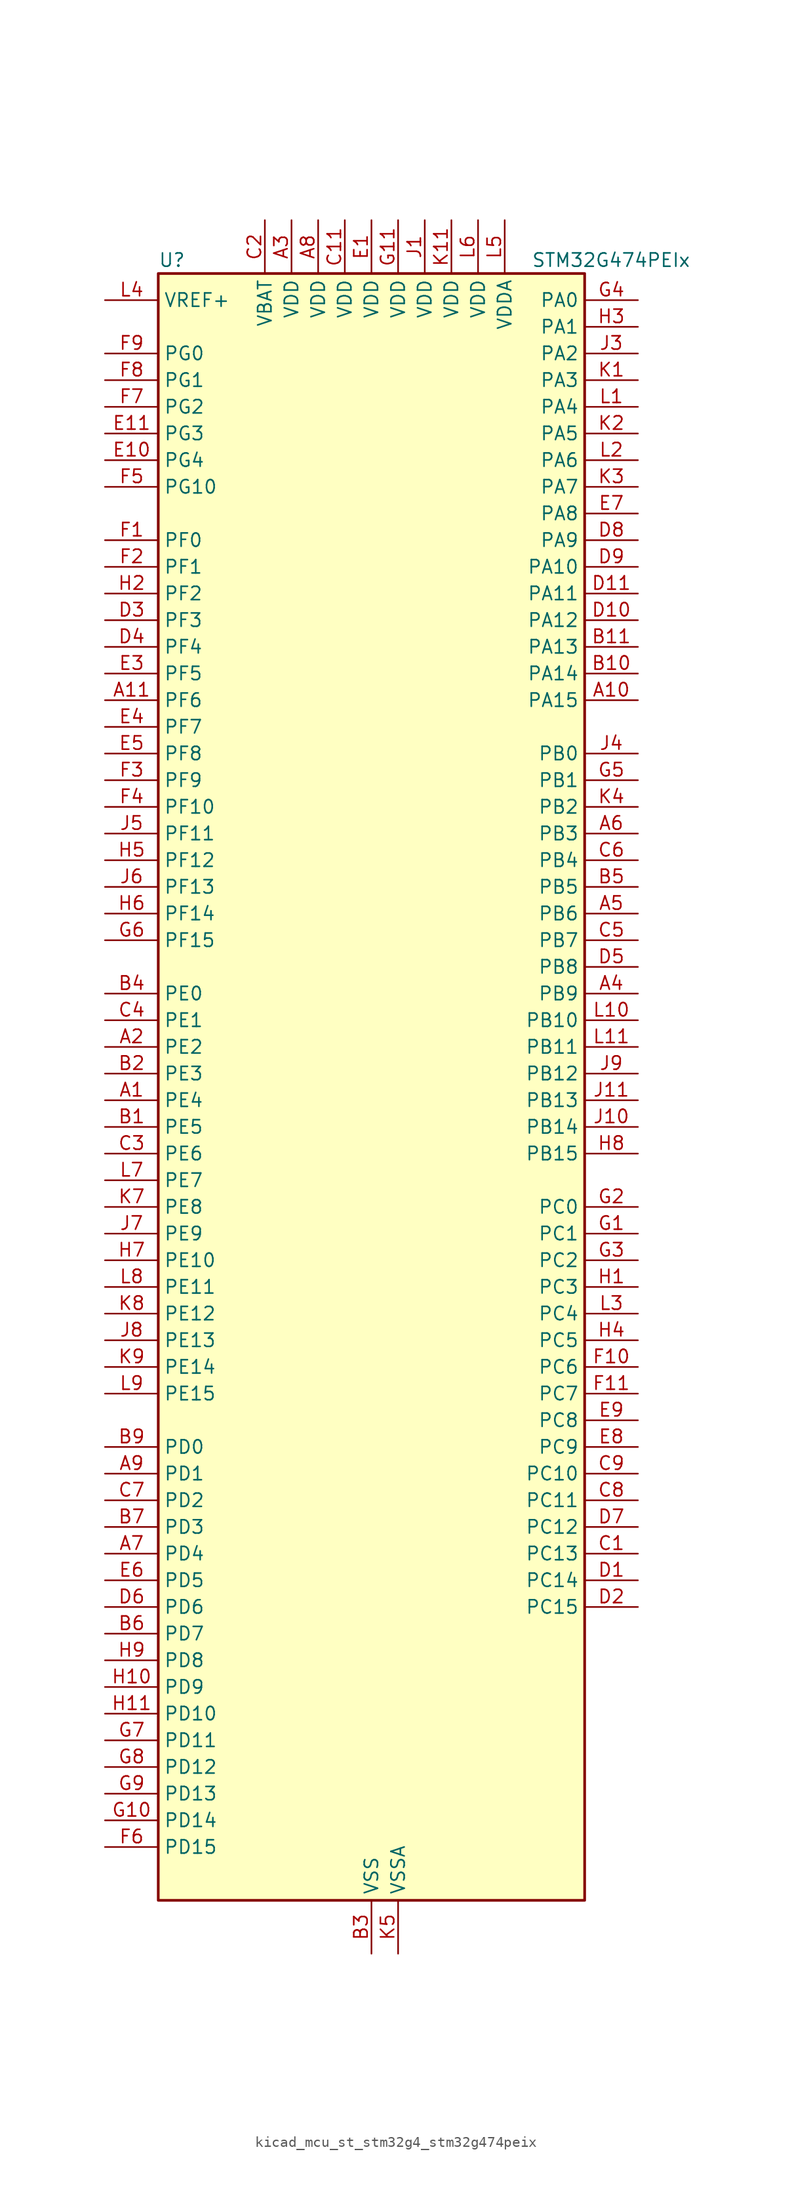
<source format=kicad_sym>
(kicad_symbol_lib
  (version 20220914)
  (generator kicad_symbol_editor)
  (symbol "kicad_mcu_st_stm32g4_stm32g474peix"
    (property "Reference" "U"
      (at -20.32 80.01 0)
      (effects (font (size 1.27 1.27)) (justify left)))
    (property "Value" "STM32G474PEIx"
      (at 15.24 80.01 0)
      (effects (font (size 1.27 1.27)) (justify left)))
    (property "ki_locked" ""
      (at 0 0 0)
      (effects (font (size 1.27 1.27))))
    (symbol "kicad_mcu_st_stm32g4_stm32g474peix_0_1"
      (rectangle (start -20.32 -76.2) (end 20.32 78.74) (stroke (width 0.254) (type default)) (fill (type background))))
    (symbol "kicad_mcu_st_stm32g4_stm32g474peix_1_1"
      (pin bidirectional line (at -25.4 0 0) (length 5.08) (name "PE4" (effects (font (size 1.27 1.27)))) (number "A1" (effects (font (size 1.27 1.27)))) (alternate "FMC_A20" bidirectional line) (alternate "SAI1_D2" bidirectional line) (alternate "SAI1_FS_A" bidirectional line) (alternate "SPI4_NSS" bidirectional line) (alternate "SYS_TRACED1" bidirectional line) (alternate "TIM20_CH1N" bidirectional line) (alternate "TIM3_CH3" bidirectional line))
      (pin bidirectional line (at 25.4 38.1 180) (length 5.08) (name "PA15" (effects (font (size 1.27 1.27)))) (number "A10" (effects (font (size 1.27 1.27)))) (alternate "ADC1_EXTI15" bidirectional line) (alternate "ADC2_EXTI15" bidirectional line) (alternate "FDCAN3_TX" bidirectional line) (alternate "HRTIM1_FLT2" bidirectional line) (alternate "I2C1_SCL" bidirectional line) (alternate "I2S3_WS" bidirectional line) (alternate "SPI1_NSS" bidirectional line) (alternate "SPI3_NSS" bidirectional line) (alternate "SYS_JTDI" bidirectional line) (alternate "TIM1_BKIN" bidirectional line) (alternate "TIM2_CH1" bidirectional line) (alternate "TIM2_ETR" bidirectional line) (alternate "TIM8_CH1" bidirectional line) (alternate "UART4_DE" bidirectional line) (alternate "UART4_RTS" bidirectional line) (alternate "USART2_RX" bidirectional line))
      (pin bidirectional line (at -25.4 38.1 0) (length 5.08) (name "PF6" (effects (font (size 1.27 1.27)))) (number "A11" (effects (font (size 1.27 1.27)))) (alternate "I2C2_SCL" bidirectional line) (alternate "QUADSPI1_BK1_IO3" bidirectional line) (alternate "SAI1_SD_B" bidirectional line) (alternate "TIM4_CH4" bidirectional line) (alternate "TIM5_CH1" bidirectional line) (alternate "TIM5_ETR" bidirectional line) (alternate "USART3_RTS" bidirectional line))
      (pin bidirectional line (at -25.4 5.08 0) (length 5.08) (name "PE2" (effects (font (size 1.27 1.27)))) (number "A2" (effects (font (size 1.27 1.27)))) (alternate "ADC3_EXTI2" bidirectional line) (alternate "ADC4_EXTI2" bidirectional line) (alternate "ADC5_EXTI2" bidirectional line) (alternate "FMC_A23" bidirectional line) (alternate "SAI1_CK1" bidirectional line) (alternate "SAI1_MCLK_A" bidirectional line) (alternate "SPI4_SCK" bidirectional line) (alternate "SYS_TRACECLK" bidirectional line) (alternate "TIM20_CH1" bidirectional line) (alternate "TIM3_CH1" bidirectional line))
      (pin power_in line (at -7.62 83.82 270) (length 5.08) (name "VDD" (effects (font (size 1.27 1.27)))) (number "A3" (effects (font (size 1.27 1.27)))))
      (pin bidirectional line (at 25.4 10.16 180) (length 5.08) (name "PB9" (effects (font (size 1.27 1.27)))) (number "A4" (effects (font (size 1.27 1.27)))) (alternate "COMP2_OUT" bidirectional line) (alternate "DAC1_EXTI9" bidirectional line) (alternate "DAC2_EXTI9" bidirectional line) (alternate "DAC3_EXTI9" bidirectional line) (alternate "DAC4_EXTI9" bidirectional line) (alternate "FDCAN1_TX" bidirectional line) (alternate "HRTIM1_EEV5" bidirectional line) (alternate "I2C1_SDA" bidirectional line) (alternate "IR_OUT" bidirectional line) (alternate "SAI1_D2" bidirectional line) (alternate "SAI1_FS_A" bidirectional line) (alternate "TIM17_CH1" bidirectional line) (alternate "TIM1_CH3N" bidirectional line) (alternate "TIM4_CH4" bidirectional line) (alternate "TIM8_CH3" bidirectional line) (alternate "USART3_TX" bidirectional line))
      (pin bidirectional line (at 25.4 17.78 180) (length 5.08) (name "PB6" (effects (font (size 1.27 1.27)))) (number "A5" (effects (font (size 1.27 1.27)))) (alternate "COMP4_OUT" bidirectional line) (alternate "FDCAN2_TX" bidirectional line) (alternate "HRTIM1_EEV4" bidirectional line) (alternate "HRTIM1_SCIN" bidirectional line) (alternate "LPTIM1_ETR" bidirectional line) (alternate "SAI1_FS_B" bidirectional line) (alternate "TIM16_CH1N" bidirectional line) (alternate "TIM4_CH1" bidirectional line) (alternate "TIM8_BKIN2" bidirectional line) (alternate "TIM8_CH1" bidirectional line) (alternate "TIM8_ETR" bidirectional line) (alternate "UCPD1_CC1" bidirectional line) (alternate "USART1_TX" bidirectional line))
      (pin bidirectional line (at 25.4 25.4 180) (length 5.08) (name "PB3" (effects (font (size 1.27 1.27)))) (number "A6" (effects (font (size 1.27 1.27)))) (alternate "ADC3_EXTI3" bidirectional line) (alternate "ADC4_EXTI3" bidirectional line) (alternate "ADC5_EXTI3" bidirectional line) (alternate "CRS_SYNC" bidirectional line) (alternate "FDCAN3_RX" bidirectional line) (alternate "HRTIM1_EEV9" bidirectional line) (alternate "HRTIM1_SCOUT" bidirectional line) (alternate "I2S3_CK" bidirectional line) (alternate "SAI1_SCK_B" bidirectional line) (alternate "SPI1_SCK" bidirectional line) (alternate "SPI3_SCK" bidirectional line) (alternate "SYS_JTDO-SWO" bidirectional line) (alternate "TIM2_CH2" bidirectional line) (alternate "TIM3_ETR" bidirectional line) (alternate "TIM4_ETR" bidirectional line) (alternate "TIM8_CH1N" bidirectional line) (alternate "USART2_TX" bidirectional line))
      (pin bidirectional line (at -25.4 -43.18 0) (length 5.08) (name "PD4" (effects (font (size 1.27 1.27)))) (number "A7" (effects (font (size 1.27 1.27)))) (alternate "FMC_NOE" bidirectional line) (alternate "QUADSPI1_BK2_IO0" bidirectional line) (alternate "TIM2_CH2" bidirectional line) (alternate "USART2_DE" bidirectional line) (alternate "USART2_RTS" bidirectional line))
      (pin power_in line (at -5.08 83.82 270) (length 5.08) (name "VDD" (effects (font (size 1.27 1.27)))) (number "A8" (effects (font (size 1.27 1.27)))))
      (pin bidirectional line (at -25.4 -35.56 0) (length 5.08) (name "PD1" (effects (font (size 1.27 1.27)))) (number "A9" (effects (font (size 1.27 1.27)))) (alternate "FDCAN1_TX" bidirectional line) (alternate "FMC_D3" bidirectional line) (alternate "FMC_DA3" bidirectional line) (alternate "TIM8_BKIN2" bidirectional line) (alternate "TIM8_CH4" bidirectional line))
      (pin bidirectional line (at -25.4 -2.54 0) (length 5.08) (name "PE5" (effects (font (size 1.27 1.27)))) (number "B1" (effects (font (size 1.27 1.27)))) (alternate "FMC_A21" bidirectional line) (alternate "SAI1_CK2" bidirectional line) (alternate "SAI1_SCK_A" bidirectional line) (alternate "SPI4_MISO" bidirectional line) (alternate "SYS_TRACED2" bidirectional line) (alternate "TIM20_CH2N" bidirectional line) (alternate "TIM3_CH4" bidirectional line))
      (pin bidirectional line (at 25.4 40.64 180) (length 5.08) (name "PA14" (effects (font (size 1.27 1.27)))) (number "B10" (effects (font (size 1.27 1.27)))) (alternate "I2C1_SDA" bidirectional line) (alternate "I2C4_SMBA" bidirectional line) (alternate "LPTIM1_OUT" bidirectional line) (alternate "SAI1_FS_B" bidirectional line) (alternate "SYS_JTCK-SWCLK" bidirectional line) (alternate "TIM1_BKIN" bidirectional line) (alternate "TIM8_CH2" bidirectional line) (alternate "USART2_TX" bidirectional line))
      (pin bidirectional line (at 25.4 43.18 180) (length 5.08) (name "PA13" (effects (font (size 1.27 1.27)))) (number "B11" (effects (font (size 1.27 1.27)))) (alternate "I2C1_SCL" bidirectional line) (alternate "I2C4_SCL" bidirectional line) (alternate "IR_OUT" bidirectional line) (alternate "SAI1_SD_B" bidirectional line) (alternate "SYS_JTMS-SWDIO" bidirectional line) (alternate "TIM16_CH1N" bidirectional line) (alternate "TIM4_CH3" bidirectional line) (alternate "USART3_CTS" bidirectional line) (alternate "USART3_NSS" bidirectional line))
      (pin bidirectional line (at -25.4 2.54 0) (length 5.08) (name "PE3" (effects (font (size 1.27 1.27)))) (number "B2" (effects (font (size 1.27 1.27)))) (alternate "ADC3_EXTI3" bidirectional line) (alternate "ADC4_EXTI3" bidirectional line) (alternate "ADC5_EXTI3" bidirectional line) (alternate "FMC_A19" bidirectional line) (alternate "SAI1_SD_B" bidirectional line) (alternate "SPI4_NSS" bidirectional line) (alternate "SYS_TRACED0" bidirectional line) (alternate "TIM20_CH2" bidirectional line) (alternate "TIM3_CH2" bidirectional line))
      (pin power_in line (at 0 -81.28 90) (length 5.08) (name "VSS" (effects (font (size 1.27 1.27)))) (number "B3" (effects (font (size 1.27 1.27)))))
      (pin bidirectional line (at -25.4 10.16 0) (length 5.08) (name "PE0" (effects (font (size 1.27 1.27)))) (number "B4" (effects (font (size 1.27 1.27)))) (alternate "FMC_NBL0" bidirectional line) (alternate "TIM16_CH1" bidirectional line) (alternate "TIM20_CH4N" bidirectional line) (alternate "TIM20_ETR" bidirectional line) (alternate "TIM4_ETR" bidirectional line) (alternate "USART1_TX" bidirectional line))
      (pin bidirectional line (at 25.4 20.32 180) (length 5.08) (name "PB5" (effects (font (size 1.27 1.27)))) (number "B5" (effects (font (size 1.27 1.27)))) (alternate "FDCAN2_RX" bidirectional line) (alternate "HRTIM1_EEV6" bidirectional line) (alternate "I2C1_SMBA" bidirectional line) (alternate "I2C3_SDA" bidirectional line) (alternate "I2S3_SD" bidirectional line) (alternate "LPTIM1_IN1" bidirectional line) (alternate "SAI1_SD_B" bidirectional line) (alternate "SPI1_MOSI" bidirectional line) (alternate "SPI3_MOSI" bidirectional line) (alternate "TIM16_BKIN" bidirectional line) (alternate "TIM17_CH1" bidirectional line) (alternate "TIM3_CH2" bidirectional line) (alternate "TIM8_CH3N" bidirectional line) (alternate "UART5_CTS" bidirectional line) (alternate "USART2_CK" bidirectional line))
      (pin bidirectional line (at -25.4 -50.8 0) (length 5.08) (name "PD7" (effects (font (size 1.27 1.27)))) (number "B6" (effects (font (size 1.27 1.27)))) (alternate "FMC_NCE" bidirectional line) (alternate "FMC_NE1" bidirectional line) (alternate "QUADSPI1_BK2_IO3" bidirectional line) (alternate "TIM2_CH3" bidirectional line) (alternate "USART2_CK" bidirectional line))
      (pin bidirectional line (at -25.4 -40.64 0) (length 5.08) (name "PD3" (effects (font (size 1.27 1.27)))) (number "B7" (effects (font (size 1.27 1.27)))) (alternate "ADC3_EXTI3" bidirectional line) (alternate "ADC4_EXTI3" bidirectional line) (alternate "ADC5_EXTI3" bidirectional line) (alternate "FMC_CLK" bidirectional line) (alternate "QUADSPI1_BK2_NCS" bidirectional line) (alternate "TIM2_CH1" bidirectional line) (alternate "TIM2_ETR" bidirectional line) (alternate "USART2_CTS" bidirectional line) (alternate "USART2_NSS" bidirectional line))
      (pin passive line (at 0 -81.28 90) (length 5.08) hide (name "VSS" (effects (font (size 1.27 1.27)))) (number "B8" (effects (font (size 1.27 1.27)))))
      (pin bidirectional line (at -25.4 -33.02 0) (length 5.08) (name "PD0" (effects (font (size 1.27 1.27)))) (number "B9" (effects (font (size 1.27 1.27)))) (alternate "FDCAN1_RX" bidirectional line) (alternate "FMC_D2" bidirectional line) (alternate "FMC_DA2" bidirectional line) (alternate "TIM8_CH4N" bidirectional line))
      (pin bidirectional line (at 25.4 -43.18 180) (length 5.08) (name "PC13" (effects (font (size 1.27 1.27)))) (number "C1" (effects (font (size 1.27 1.27)))) (alternate "RTC_OUT1" bidirectional line) (alternate "RTC_TAMP1" bidirectional line) (alternate "RTC_TS" bidirectional line) (alternate "SYS_WKUP2" bidirectional line) (alternate "TIM1_BKIN" bidirectional line) (alternate "TIM1_CH1N" bidirectional line) (alternate "TIM8_CH4N" bidirectional line))
      (pin passive line (at 0 -81.28 90) (length 5.08) hide (name "VSS" (effects (font (size 1.27 1.27)))) (number "C10" (effects (font (size 1.27 1.27)))))
      (pin power_in line (at -2.54 83.82 270) (length 5.08) (name "VDD" (effects (font (size 1.27 1.27)))) (number "C11" (effects (font (size 1.27 1.27)))))
      (pin power_in line (at -10.16 83.82 270) (length 5.08) (name "VBAT" (effects (font (size 1.27 1.27)))) (number "C2" (effects (font (size 1.27 1.27)))))
      (pin bidirectional line (at -25.4 -5.08 0) (length 5.08) (name "PE6" (effects (font (size 1.27 1.27)))) (number "C3" (effects (font (size 1.27 1.27)))) (alternate "FMC_A22" bidirectional line) (alternate "RTC_TAMP3" bidirectional line) (alternate "SAI1_D1" bidirectional line) (alternate "SAI1_SD_A" bidirectional line) (alternate "SPI4_MOSI" bidirectional line) (alternate "SYS_TRACED3" bidirectional line) (alternate "SYS_WKUP3" bidirectional line) (alternate "TIM20_CH3N" bidirectional line))
      (pin bidirectional line (at -25.4 7.62 0) (length 5.08) (name "PE1" (effects (font (size 1.27 1.27)))) (number "C4" (effects (font (size 1.27 1.27)))) (alternate "FMC_NBL1" bidirectional line) (alternate "TIM17_CH1" bidirectional line) (alternate "TIM20_CH4" bidirectional line) (alternate "USART1_RX" bidirectional line))
      (pin bidirectional line (at 25.4 15.24 180) (length 5.08) (name "PB7" (effects (font (size 1.27 1.27)))) (number "C5" (effects (font (size 1.27 1.27)))) (alternate "COMP3_OUT" bidirectional line) (alternate "FMC_NL" bidirectional line) (alternate "HRTIM1_EEV3" bidirectional line) (alternate "I2C1_SDA" bidirectional line) (alternate "I2C4_SDA" bidirectional line) (alternate "LPTIM1_IN2" bidirectional line) (alternate "SYS_PVD_IN" bidirectional line) (alternate "TIM17_CH1N" bidirectional line) (alternate "TIM3_CH4" bidirectional line) (alternate "TIM4_CH2" bidirectional line) (alternate "TIM8_BKIN" bidirectional line) (alternate "UART4_CTS" bidirectional line) (alternate "USART1_RX" bidirectional line))
      (pin bidirectional line (at 25.4 22.86 180) (length 5.08) (name "PB4" (effects (font (size 1.27 1.27)))) (number "C6" (effects (font (size 1.27 1.27)))) (alternate "FDCAN3_TX" bidirectional line) (alternate "HRTIM1_EEV7" bidirectional line) (alternate "SAI1_MCLK_B" bidirectional line) (alternate "SPI1_MISO" bidirectional line) (alternate "SPI3_MISO" bidirectional line) (alternate "SYS_JTRST" bidirectional line) (alternate "TIM16_CH1" bidirectional line) (alternate "TIM17_BKIN" bidirectional line) (alternate "TIM3_CH1" bidirectional line) (alternate "TIM8_CH2N" bidirectional line) (alternate "UART5_DE" bidirectional line) (alternate "UART5_RTS" bidirectional line) (alternate "UCPD1_CC2" bidirectional line) (alternate "USART2_RX" bidirectional line))
      (pin bidirectional line (at -25.4 -38.1 0) (length 5.08) (name "PD2" (effects (font (size 1.27 1.27)))) (number "C7" (effects (font (size 1.27 1.27)))) (alternate "ADC3_EXTI2" bidirectional line) (alternate "ADC4_EXTI2" bidirectional line) (alternate "ADC5_EXTI2" bidirectional line) (alternate "TIM3_ETR" bidirectional line) (alternate "TIM8_BKIN" bidirectional line) (alternate "UART5_RX" bidirectional line))
      (pin bidirectional line (at 25.4 -38.1 180) (length 5.08) (name "PC11" (effects (font (size 1.27 1.27)))) (number "C8" (effects (font (size 1.27 1.27)))) (alternate "ADC1_EXTI11" bidirectional line) (alternate "ADC2_EXTI11" bidirectional line) (alternate "HRTIM1_EEV2" bidirectional line) (alternate "I2C3_SDA" bidirectional line) (alternate "SPI3_MISO" bidirectional line) (alternate "TIM8_CH2N" bidirectional line) (alternate "UART4_RX" bidirectional line) (alternate "USART3_RX" bidirectional line))
      (pin bidirectional line (at 25.4 -35.56 180) (length 5.08) (name "PC10" (effects (font (size 1.27 1.27)))) (number "C9" (effects (font (size 1.27 1.27)))) (alternate "DAC1_EXTI10" bidirectional line) (alternate "DAC2_EXTI10" bidirectional line) (alternate "DAC3_EXTI10" bidirectional line) (alternate "DAC4_EXTI10" bidirectional line) (alternate "HRTIM1_FLT6" bidirectional line) (alternate "I2S3_CK" bidirectional line) (alternate "SPI3_SCK" bidirectional line) (alternate "TIM8_CH1N" bidirectional line) (alternate "UART4_TX" bidirectional line) (alternate "USART3_TX" bidirectional line))
      (pin bidirectional line (at 25.4 -45.72 180) (length 5.08) (name "PC14" (effects (font (size 1.27 1.27)))) (number "D1" (effects (font (size 1.27 1.27)))) (alternate "RCC_OSC32_IN" bidirectional line))
      (pin bidirectional line (at 25.4 45.72 180) (length 5.08) (name "PA12" (effects (font (size 1.27 1.27)))) (number "D10" (effects (font (size 1.27 1.27)))) (alternate "COMP2_OUT" bidirectional line) (alternate "FDCAN1_TX" bidirectional line) (alternate "HRTIM1_FLT1" bidirectional line) (alternate "I2S_CKIN" bidirectional line) (alternate "TIM16_CH1" bidirectional line) (alternate "TIM1_CH2N" bidirectional line) (alternate "TIM1_ETR" bidirectional line) (alternate "TIM4_CH2" bidirectional line) (alternate "USART1_DE" bidirectional line) (alternate "USART1_RTS" bidirectional line) (alternate "USB_DP" bidirectional line))
      (pin bidirectional line (at 25.4 48.26 180) (length 5.08) (name "PA11" (effects (font (size 1.27 1.27)))) (number "D11" (effects (font (size 1.27 1.27)))) (alternate "ADC1_EXTI11" bidirectional line) (alternate "ADC2_EXTI11" bidirectional line) (alternate "COMP1_OUT" bidirectional line) (alternate "FDCAN1_RX" bidirectional line) (alternate "HRTIM1_CHB2" bidirectional line) (alternate "I2S2_SD" bidirectional line) (alternate "SPI2_MOSI" bidirectional line) (alternate "TIM1_BKIN2" bidirectional line) (alternate "TIM1_CH1N" bidirectional line) (alternate "TIM1_CH4" bidirectional line) (alternate "TIM4_CH1" bidirectional line) (alternate "USART1_CTS" bidirectional line) (alternate "USART1_NSS" bidirectional line) (alternate "USB_DM" bidirectional line))
      (pin bidirectional line (at 25.4 -48.26 180) (length 5.08) (name "PC15" (effects (font (size 1.27 1.27)))) (number "D2" (effects (font (size 1.27 1.27)))) (alternate "ADC1_EXTI15" bidirectional line) (alternate "ADC2_EXTI15" bidirectional line) (alternate "RCC_OSC32_OUT" bidirectional line))
      (pin bidirectional line (at -25.4 45.72 0) (length 5.08) (name "PF3" (effects (font (size 1.27 1.27)))) (number "D3" (effects (font (size 1.27 1.27)))) (alternate "ADC3_EXTI3" bidirectional line) (alternate "ADC4_EXTI3" bidirectional line) (alternate "ADC5_EXTI3" bidirectional line) (alternate "FMC_A3" bidirectional line) (alternate "I2C3_SCL" bidirectional line) (alternate "TIM20_CH4" bidirectional line))
      (pin bidirectional line (at -25.4 43.18 0) (length 5.08) (name "PF4" (effects (font (size 1.27 1.27)))) (number "D4" (effects (font (size 1.27 1.27)))) (alternate "COMP1_OUT" bidirectional line) (alternate "FMC_A4" bidirectional line) (alternate "I2C3_SDA" bidirectional line) (alternate "TIM20_CH1N" bidirectional line))
      (pin bidirectional line (at 25.4 12.7 180) (length 5.08) (name "PB8" (effects (font (size 1.27 1.27)))) (number "D5" (effects (font (size 1.27 1.27)))) (alternate "COMP1_OUT" bidirectional line) (alternate "FDCAN1_RX" bidirectional line) (alternate "HRTIM1_EEV8" bidirectional line) (alternate "I2C1_SCL" bidirectional line) (alternate "SAI1_CK1" bidirectional line) (alternate "SAI1_MCLK_A" bidirectional line) (alternate "TIM16_CH1" bidirectional line) (alternate "TIM1_BKIN" bidirectional line) (alternate "TIM4_CH3" bidirectional line) (alternate "TIM8_CH2" bidirectional line) (alternate "USART3_RX" bidirectional line))
      (pin bidirectional line (at -25.4 -48.26 0) (length 5.08) (name "PD6" (effects (font (size 1.27 1.27)))) (number "D6" (effects (font (size 1.27 1.27)))) (alternate "FMC_NWAIT" bidirectional line) (alternate "QUADSPI1_BK2_IO2" bidirectional line) (alternate "SAI1_D1" bidirectional line) (alternate "SAI1_SD_A" bidirectional line) (alternate "TIM2_CH4" bidirectional line) (alternate "USART2_RX" bidirectional line))
      (pin bidirectional line (at 25.4 -40.64 180) (length 5.08) (name "PC12" (effects (font (size 1.27 1.27)))) (number "D7" (effects (font (size 1.27 1.27)))) (alternate "HRTIM1_EEV1" bidirectional line) (alternate "I2S3_SD" bidirectional line) (alternate "SPI3_MOSI" bidirectional line) (alternate "TIM5_CH2" bidirectional line) (alternate "TIM8_CH3N" bidirectional line) (alternate "UART5_TX" bidirectional line) (alternate "UCPD1_FRSTX1" bidirectional line) (alternate "UCPD1_FRSTX2" bidirectional line) (alternate "USART3_CK" bidirectional line))
      (pin bidirectional line (at 25.4 53.34 180) (length 5.08) (name "PA9" (effects (font (size 1.27 1.27)))) (number "D8" (effects (font (size 1.27 1.27)))) (alternate "ADC5_IN2" bidirectional line) (alternate "COMP5_OUT" bidirectional line) (alternate "DAC1_EXTI9" bidirectional line) (alternate "DAC2_EXTI9" bidirectional line) (alternate "DAC3_EXTI9" bidirectional line) (alternate "DAC4_EXTI9" bidirectional line) (alternate "HRTIM1_CHA2" bidirectional line) (alternate "I2C2_SCL" bidirectional line) (alternate "I2C3_SMBA" bidirectional line) (alternate "I2S3_MCK" bidirectional line) (alternate "SAI1_FS_A" bidirectional line) (alternate "TIM15_BKIN" bidirectional line) (alternate "TIM1_CH2" bidirectional line) (alternate "TIM2_CH3" bidirectional line) (alternate "UCPD1_DBCC1" bidirectional line) (alternate "USART1_TX" bidirectional line))
      (pin bidirectional line (at 25.4 50.8 180) (length 5.08) (name "PA10" (effects (font (size 1.27 1.27)))) (number "D9" (effects (font (size 1.27 1.27)))) (alternate "COMP6_OUT" bidirectional line) (alternate "CRS_SYNC" bidirectional line) (alternate "DAC1_EXTI10" bidirectional line) (alternate "DAC2_EXTI10" bidirectional line) (alternate "DAC3_EXTI10" bidirectional line) (alternate "DAC4_EXTI10" bidirectional line) (alternate "HRTIM1_CHB1" bidirectional line) (alternate "I2C2_SMBA" bidirectional line) (alternate "SAI1_D1" bidirectional line) (alternate "SAI1_SD_A" bidirectional line) (alternate "SPI2_MISO" bidirectional line) (alternate "TIM17_BKIN" bidirectional line) (alternate "TIM1_CH3" bidirectional line) (alternate "TIM2_CH4" bidirectional line) (alternate "TIM8_BKIN" bidirectional line) (alternate "UCPD1_DBCC2" bidirectional line) (alternate "USART1_RX" bidirectional line))
      (pin power_in line (at 0 83.82 270) (length 5.08) (name "VDD" (effects (font (size 1.27 1.27)))) (number "E1" (effects (font (size 1.27 1.27)))))
      (pin bidirectional line (at -25.4 60.96 0) (length 5.08) (name "PG4" (effects (font (size 1.27 1.27)))) (number "E10" (effects (font (size 1.27 1.27)))) (alternate "FMC_A14" bidirectional line) (alternate "I2C4_SDA" bidirectional line) (alternate "SPI1_MOSI" bidirectional line) (alternate "TIM20_BKIN2" bidirectional line))
      (pin bidirectional line (at -25.4 63.5 0) (length 5.08) (name "PG3" (effects (font (size 1.27 1.27)))) (number "E11" (effects (font (size 1.27 1.27)))) (alternate "ADC3_EXTI3" bidirectional line) (alternate "ADC4_EXTI3" bidirectional line) (alternate "ADC5_EXTI3" bidirectional line) (alternate "FMC_A13" bidirectional line) (alternate "I2C4_SCL" bidirectional line) (alternate "SPI1_MISO" bidirectional line) (alternate "TIM20_BKIN" bidirectional line) (alternate "TIM20_CH4N" bidirectional line))
      (pin passive line (at 0 -81.28 90) (length 5.08) hide (name "VSS" (effects (font (size 1.27 1.27)))) (number "E2" (effects (font (size 1.27 1.27)))))
      (pin bidirectional line (at -25.4 40.64 0) (length 5.08) (name "PF5" (effects (font (size 1.27 1.27)))) (number "E3" (effects (font (size 1.27 1.27)))) (alternate "FMC_A5" bidirectional line) (alternate "TIM20_CH2N" bidirectional line))
      (pin bidirectional line (at -25.4 35.56 0) (length 5.08) (name "PF7" (effects (font (size 1.27 1.27)))) (number "E4" (effects (font (size 1.27 1.27)))) (alternate "FMC_A1" bidirectional line) (alternate "QUADSPI1_BK1_IO2" bidirectional line) (alternate "SAI1_MCLK_B" bidirectional line) (alternate "TIM20_BKIN" bidirectional line) (alternate "TIM5_CH2" bidirectional line))
      (pin bidirectional line (at -25.4 33.02 0) (length 5.08) (name "PF8" (effects (font (size 1.27 1.27)))) (number "E5" (effects (font (size 1.27 1.27)))) (alternate "FMC_A24" bidirectional line) (alternate "QUADSPI1_BK1_IO0" bidirectional line) (alternate "SAI1_SCK_B" bidirectional line) (alternate "TIM20_BKIN2" bidirectional line) (alternate "TIM5_CH3" bidirectional line))
      (pin bidirectional line (at -25.4 -45.72 0) (length 5.08) (name "PD5" (effects (font (size 1.27 1.27)))) (number "E6" (effects (font (size 1.27 1.27)))) (alternate "FMC_NWE" bidirectional line) (alternate "QUADSPI1_BK2_IO1" bidirectional line) (alternate "USART2_TX" bidirectional line))
      (pin bidirectional line (at 25.4 55.88 180) (length 5.08) (name "PA8" (effects (font (size 1.27 1.27)))) (number "E7" (effects (font (size 1.27 1.27)))) (alternate "ADC5_IN1" bidirectional line) (alternate "COMP7_OUT" bidirectional line) (alternate "FDCAN3_RX" bidirectional line) (alternate "HRTIM1_CHA1" bidirectional line) (alternate "I2C2_SDA" bidirectional line) (alternate "I2C3_SCL" bidirectional line) (alternate "I2S2_MCK" bidirectional line) (alternate "OPAMP5_VOUT" bidirectional line) (alternate "RCC_MCO" bidirectional line) (alternate "SAI1_CK2" bidirectional line) (alternate "SAI1_SCK_A" bidirectional line) (alternate "TIM1_CH1" bidirectional line) (alternate "TIM4_ETR" bidirectional line) (alternate "USART1_CK" bidirectional line))
      (pin bidirectional line (at 25.4 -33.02 180) (length 5.08) (name "PC9" (effects (font (size 1.27 1.27)))) (number "E8" (effects (font (size 1.27 1.27)))) (alternate "DAC1_EXTI9" bidirectional line) (alternate "DAC2_EXTI9" bidirectional line) (alternate "DAC3_EXTI9" bidirectional line) (alternate "DAC4_EXTI9" bidirectional line) (alternate "HRTIM1_CHE2" bidirectional line) (alternate "I2C3_SDA" bidirectional line) (alternate "I2S_CKIN" bidirectional line) (alternate "TIM3_CH4" bidirectional line) (alternate "TIM8_BKIN2" bidirectional line) (alternate "TIM8_CH4" bidirectional line))
      (pin bidirectional line (at 25.4 -30.48 180) (length 5.08) (name "PC8" (effects (font (size 1.27 1.27)))) (number "E9" (effects (font (size 1.27 1.27)))) (alternate "COMP7_OUT" bidirectional line) (alternate "HRTIM1_CHE1" bidirectional line) (alternate "I2C3_SCL" bidirectional line) (alternate "TIM20_CH3" bidirectional line) (alternate "TIM3_CH3" bidirectional line) (alternate "TIM8_CH3" bidirectional line))
      (pin bidirectional line (at -25.4 53.34 0) (length 5.08) (name "PF0" (effects (font (size 1.27 1.27)))) (number "F1" (effects (font (size 1.27 1.27)))) (alternate "ADC1_IN10" bidirectional line) (alternate "I2C2_SDA" bidirectional line) (alternate "I2S2_WS" bidirectional line) (alternate "RCC_OSC_IN" bidirectional line) (alternate "SPI2_NSS" bidirectional line) (alternate "TIM1_CH3N" bidirectional line))
      (pin bidirectional line (at 25.4 -25.4 180) (length 5.08) (name "PC6" (effects (font (size 1.27 1.27)))) (number "F10" (effects (font (size 1.27 1.27)))) (alternate "COMP6_OUT" bidirectional line) (alternate "HRTIM1_CHF1" bidirectional line) (alternate "HRTIM1_EEV10" bidirectional line) (alternate "I2C4_SCL" bidirectional line) (alternate "I2S2_MCK" bidirectional line) (alternate "TIM3_CH1" bidirectional line) (alternate "TIM8_CH1" bidirectional line))
      (pin bidirectional line (at 25.4 -27.94 180) (length 5.08) (name "PC7" (effects (font (size 1.27 1.27)))) (number "F11" (effects (font (size 1.27 1.27)))) (alternate "COMP5_OUT" bidirectional line) (alternate "HRTIM1_CHF2" bidirectional line) (alternate "HRTIM1_FLT5" bidirectional line) (alternate "I2C4_SDA" bidirectional line) (alternate "I2S3_MCK" bidirectional line) (alternate "TIM3_CH2" bidirectional line) (alternate "TIM8_CH2" bidirectional line))
      (pin bidirectional line (at -25.4 50.8 0) (length 5.08) (name "PF1" (effects (font (size 1.27 1.27)))) (number "F2" (effects (font (size 1.27 1.27)))) (alternate "ADC2_IN10" bidirectional line) (alternate "COMP3_INM" bidirectional line) (alternate "I2S2_CK" bidirectional line) (alternate "RCC_OSC_OUT" bidirectional line) (alternate "SPI2_SCK" bidirectional line))
      (pin bidirectional line (at -25.4 30.48 0) (length 5.08) (name "PF9" (effects (font (size 1.27 1.27)))) (number "F3" (effects (font (size 1.27 1.27)))) (alternate "DAC1_EXTI9" bidirectional line) (alternate "DAC2_EXTI9" bidirectional line) (alternate "DAC3_EXTI9" bidirectional line) (alternate "DAC4_EXTI9" bidirectional line) (alternate "FMC_A25" bidirectional line) (alternate "QUADSPI1_BK1_IO1" bidirectional line) (alternate "SAI1_FS_B" bidirectional line) (alternate "SPI2_SCK" bidirectional line) (alternate "TIM15_CH1" bidirectional line) (alternate "TIM20_BKIN" bidirectional line) (alternate "TIM5_CH4" bidirectional line))
      (pin bidirectional line (at -25.4 27.94 0) (length 5.08) (name "PF10" (effects (font (size 1.27 1.27)))) (number "F4" (effects (font (size 1.27 1.27)))) (alternate "DAC1_EXTI10" bidirectional line) (alternate "DAC2_EXTI10" bidirectional line) (alternate "DAC3_EXTI10" bidirectional line) (alternate "DAC4_EXTI10" bidirectional line) (alternate "FMC_A0" bidirectional line) (alternate "QUADSPI1_CLK" bidirectional line) (alternate "SAI1_D3" bidirectional line) (alternate "SPI2_SCK" bidirectional line) (alternate "TIM15_CH2" bidirectional line) (alternate "TIM20_BKIN2" bidirectional line))
      (pin bidirectional line (at -25.4 58.42 0) (length 5.08) (name "PG10" (effects (font (size 1.27 1.27)))) (number "F5" (effects (font (size 1.27 1.27)))) (alternate "DAC1_EXTI10" bidirectional line) (alternate "DAC2_EXTI10" bidirectional line) (alternate "DAC3_EXTI10" bidirectional line) (alternate "DAC4_EXTI10" bidirectional line) (alternate "RCC_MCO" bidirectional line))
      (pin bidirectional line (at -25.4 -71.12 0) (length 5.08) (name "PD15" (effects (font (size 1.27 1.27)))) (number "F6" (effects (font (size 1.27 1.27)))) (alternate "ADC1_EXTI15" bidirectional line) (alternate "ADC2_EXTI15" bidirectional line) (alternate "COMP7_INM" bidirectional line) (alternate "FMC_D1" bidirectional line) (alternate "FMC_DA1" bidirectional line) (alternate "SPI2_NSS" bidirectional line) (alternate "TIM4_CH4" bidirectional line))
      (pin bidirectional line (at -25.4 66.04 0) (length 5.08) (name "PG2" (effects (font (size 1.27 1.27)))) (number "F7" (effects (font (size 1.27 1.27)))) (alternate "ADC3_EXTI2" bidirectional line) (alternate "ADC4_EXTI2" bidirectional line) (alternate "ADC5_EXTI2" bidirectional line) (alternate "FMC_A12" bidirectional line) (alternate "SPI1_SCK" bidirectional line) (alternate "TIM20_CH3N" bidirectional line))
      (pin bidirectional line (at -25.4 68.58 0) (length 5.08) (name "PG1" (effects (font (size 1.27 1.27)))) (number "F8" (effects (font (size 1.27 1.27)))) (alternate "FMC_A11" bidirectional line) (alternate "TIM20_CH2N" bidirectional line))
      (pin bidirectional line (at -25.4 71.12 0) (length 5.08) (name "PG0" (effects (font (size 1.27 1.27)))) (number "F9" (effects (font (size 1.27 1.27)))) (alternate "FMC_A10" bidirectional line) (alternate "TIM20_CH1N" bidirectional line))
      (pin bidirectional line (at 25.4 -12.7 180) (length 5.08) (name "PC1" (effects (font (size 1.27 1.27)))) (number "G1" (effects (font (size 1.27 1.27)))) (alternate "ADC1_IN7" bidirectional line) (alternate "ADC2_IN7" bidirectional line) (alternate "COMP3_INP" bidirectional line) (alternate "LPTIM1_OUT" bidirectional line) (alternate "LPUART1_TX" bidirectional line) (alternate "QUADSPI1_BK2_IO0" bidirectional line) (alternate "SAI1_SD_A" bidirectional line) (alternate "TIM1_CH2" bidirectional line))
      (pin bidirectional line (at -25.4 -68.58 0) (length 5.08) (name "PD14" (effects (font (size 1.27 1.27)))) (number "G10" (effects (font (size 1.27 1.27)))) (alternate "ADC3_IN11" bidirectional line) (alternate "ADC4_IN11" bidirectional line) (alternate "ADC5_IN11" bidirectional line) (alternate "COMP7_INP" bidirectional line) (alternate "FMC_D0" bidirectional line) (alternate "FMC_DA0" bidirectional line) (alternate "OPAMP2_VINP" bidirectional line) (alternate "OPAMP2_VINP_SEC" bidirectional line) (alternate "TIM4_CH3" bidirectional line))
      (pin power_in line (at 2.54 83.82 270) (length 5.08) (name "VDD" (effects (font (size 1.27 1.27)))) (number "G11" (effects (font (size 1.27 1.27)))))
      (pin bidirectional line (at 25.4 -10.16 180) (length 5.08) (name "PC0" (effects (font (size 1.27 1.27)))) (number "G2" (effects (font (size 1.27 1.27)))) (alternate "ADC1_IN6" bidirectional line) (alternate "ADC2_IN6" bidirectional line) (alternate "COMP3_INM" bidirectional line) (alternate "LPTIM1_IN1" bidirectional line) (alternate "LPUART1_RX" bidirectional line) (alternate "TIM1_CH1" bidirectional line))
      (pin bidirectional line (at 25.4 -15.24 180) (length 5.08) (name "PC2" (effects (font (size 1.27 1.27)))) (number "G3" (effects (font (size 1.27 1.27)))) (alternate "ADC1_IN8" bidirectional line) (alternate "ADC2_IN8" bidirectional line) (alternate "ADC3_EXTI2" bidirectional line) (alternate "ADC4_EXTI2" bidirectional line) (alternate "ADC5_EXTI2" bidirectional line) (alternate "COMP3_OUT" bidirectional line) (alternate "LPTIM1_IN2" bidirectional line) (alternate "QUADSPI1_BK2_IO1" bidirectional line) (alternate "TIM1_CH3" bidirectional line) (alternate "TIM20_CH2" bidirectional line))
      (pin bidirectional line (at 25.4 76.2 180) (length 5.08) (name "PA0" (effects (font (size 1.27 1.27)))) (number "G4" (effects (font (size 1.27 1.27)))) (alternate "ADC1_IN1" bidirectional line) (alternate "ADC2_IN1" bidirectional line) (alternate "COMP1_INM" bidirectional line) (alternate "COMP1_OUT" bidirectional line) (alternate "COMP3_INP" bidirectional line) (alternate "RTC_TAMP2" bidirectional line) (alternate "SYS_WKUP1" bidirectional line) (alternate "TIM2_CH1" bidirectional line) (alternate "TIM2_ETR" bidirectional line) (alternate "TIM5_CH1" bidirectional line) (alternate "TIM8_BKIN" bidirectional line) (alternate "TIM8_ETR" bidirectional line) (alternate "USART2_CTS" bidirectional line) (alternate "USART2_NSS" bidirectional line))
      (pin bidirectional line (at 25.4 30.48 180) (length 5.08) (name "PB1" (effects (font (size 1.27 1.27)))) (number "G5" (effects (font (size 1.27 1.27)))) (alternate "ADC1_IN12" bidirectional line) (alternate "ADC3_IN1" bidirectional line) (alternate "COMP1_INP" bidirectional line) (alternate "COMP4_OUT" bidirectional line) (alternate "HRTIM1_SCOUT" bidirectional line) (alternate "LPUART1_DE" bidirectional line) (alternate "LPUART1_RTS" bidirectional line) (alternate "OPAMP3_VOUT" bidirectional line) (alternate "OPAMP6_VINM" bidirectional line) (alternate "OPAMP6_VINM1" bidirectional line) (alternate "OPAMP6_VINM_SEC" bidirectional line) (alternate "QUADSPI1_BK1_IO0" bidirectional line) (alternate "TIM1_CH3N" bidirectional line) (alternate "TIM3_CH4" bidirectional line) (alternate "TIM8_CH3N" bidirectional line))
      (pin bidirectional line (at -25.4 15.24 0) (length 5.08) (name "PF15" (effects (font (size 1.27 1.27)))) (number "G6" (effects (font (size 1.27 1.27)))) (alternate "ADC1_EXTI15" bidirectional line) (alternate "ADC2_EXTI15" bidirectional line) (alternate "FMC_A9" bidirectional line) (alternate "I2C4_SDA" bidirectional line) (alternate "TIM20_CH4" bidirectional line))
      (pin bidirectional line (at -25.4 -60.96 0) (length 5.08) (name "PD11" (effects (font (size 1.27 1.27)))) (number "G7" (effects (font (size 1.27 1.27)))) (alternate "ADC1_EXTI11" bidirectional line) (alternate "ADC2_EXTI11" bidirectional line) (alternate "ADC3_IN8" bidirectional line) (alternate "ADC4_IN8" bidirectional line) (alternate "ADC5_IN8" bidirectional line) (alternate "COMP6_INP" bidirectional line) (alternate "FMC_A16" bidirectional line) (alternate "FMC_CLE" bidirectional line) (alternate "I2C4_SMBA" bidirectional line) (alternate "OPAMP4_VINP" bidirectional line) (alternate "OPAMP4_VINP_SEC" bidirectional line) (alternate "TIM5_ETR" bidirectional line) (alternate "USART3_CTS" bidirectional line) (alternate "USART3_NSS" bidirectional line))
      (pin bidirectional line (at -25.4 -63.5 0) (length 5.08) (name "PD12" (effects (font (size 1.27 1.27)))) (number "G8" (effects (font (size 1.27 1.27)))) (alternate "ADC3_IN9" bidirectional line) (alternate "ADC4_IN9" bidirectional line) (alternate "ADC5_IN9" bidirectional line) (alternate "COMP5_INP" bidirectional line) (alternate "FMC_A17" bidirectional line) (alternate "FMC_ALE" bidirectional line) (alternate "OPAMP5_VINP" bidirectional line) (alternate "OPAMP5_VINP_SEC" bidirectional line) (alternate "TIM4_CH1" bidirectional line) (alternate "USART3_DE" bidirectional line) (alternate "USART3_RTS" bidirectional line))
      (pin bidirectional line (at -25.4 -66.04 0) (length 5.08) (name "PD13" (effects (font (size 1.27 1.27)))) (number "G9" (effects (font (size 1.27 1.27)))) (alternate "ADC3_IN10" bidirectional line) (alternate "ADC4_IN10" bidirectional line) (alternate "ADC5_IN10" bidirectional line) (alternate "COMP5_INM" bidirectional line) (alternate "FMC_A18" bidirectional line) (alternate "TIM4_CH2" bidirectional line))
      (pin bidirectional line (at 25.4 -17.78 180) (length 5.08) (name "PC3" (effects (font (size 1.27 1.27)))) (number "H1" (effects (font (size 1.27 1.27)))) (alternate "ADC1_IN9" bidirectional line) (alternate "ADC2_IN9" bidirectional line) (alternate "ADC3_EXTI3" bidirectional line) (alternate "ADC4_EXTI3" bidirectional line) (alternate "ADC5_EXTI3" bidirectional line) (alternate "LPTIM1_ETR" bidirectional line) (alternate "OPAMP5_VINP" bidirectional line) (alternate "OPAMP5_VINP_SEC" bidirectional line) (alternate "QUADSPI1_BK2_IO2" bidirectional line) (alternate "SAI1_D1" bidirectional line) (alternate "SAI1_SD_A" bidirectional line) (alternate "TIM1_BKIN2" bidirectional line) (alternate "TIM1_CH4" bidirectional line))
      (pin bidirectional line (at -25.4 -55.88 0) (length 5.08) (name "PD9" (effects (font (size 1.27 1.27)))) (number "H10" (effects (font (size 1.27 1.27)))) (alternate "ADC4_IN13" bidirectional line) (alternate "ADC5_IN13" bidirectional line) (alternate "DAC1_EXTI9" bidirectional line) (alternate "DAC2_EXTI9" bidirectional line) (alternate "DAC3_EXTI9" bidirectional line) (alternate "DAC4_EXTI9" bidirectional line) (alternate "FMC_D14" bidirectional line) (alternate "FMC_DA14" bidirectional line) (alternate "OPAMP6_VINP" bidirectional line) (alternate "OPAMP6_VINP_SEC" bidirectional line) (alternate "USART3_RX" bidirectional line))
      (pin bidirectional line (at -25.4 -58.42 0) (length 5.08) (name "PD10" (effects (font (size 1.27 1.27)))) (number "H11" (effects (font (size 1.27 1.27)))) (alternate "ADC3_IN7" bidirectional line) (alternate "ADC4_IN7" bidirectional line) (alternate "ADC5_IN7" bidirectional line) (alternate "COMP6_INM" bidirectional line) (alternate "DAC1_EXTI10" bidirectional line) (alternate "DAC2_EXTI10" bidirectional line) (alternate "DAC3_EXTI10" bidirectional line) (alternate "DAC4_EXTI10" bidirectional line) (alternate "FMC_D15" bidirectional line) (alternate "FMC_DA15" bidirectional line) (alternate "USART3_CK" bidirectional line))
      (pin bidirectional line (at -25.4 48.26 0) (length 5.08) (name "PF2" (effects (font (size 1.27 1.27)))) (number "H2" (effects (font (size 1.27 1.27)))) (alternate "ADC3_EXTI2" bidirectional line) (alternate "ADC4_EXTI2" bidirectional line) (alternate "ADC5_EXTI2" bidirectional line) (alternate "FMC_A2" bidirectional line) (alternate "I2C2_SMBA" bidirectional line) (alternate "TIM20_CH3" bidirectional line))
      (pin bidirectional line (at 25.4 73.66 180) (length 5.08) (name "PA1" (effects (font (size 1.27 1.27)))) (number "H3" (effects (font (size 1.27 1.27)))) (alternate "ADC1_IN2" bidirectional line) (alternate "ADC2_IN2" bidirectional line) (alternate "COMP1_INP" bidirectional line) (alternate "OPAMP1_VINP" bidirectional line) (alternate "OPAMP1_VINP_SEC" bidirectional line) (alternate "OPAMP3_VINP" bidirectional line) (alternate "OPAMP3_VINP_SEC" bidirectional line) (alternate "OPAMP6_VINM" bidirectional line) (alternate "OPAMP6_VINM0" bidirectional line) (alternate "OPAMP6_VINM_SEC" bidirectional line) (alternate "RTC_REFIN" bidirectional line) (alternate "TIM15_CH1N" bidirectional line) (alternate "TIM2_CH2" bidirectional line) (alternate "TIM5_CH2" bidirectional line) (alternate "USART2_DE" bidirectional line) (alternate "USART2_RTS" bidirectional line))
      (pin bidirectional line (at 25.4 -22.86 180) (length 5.08) (name "PC5" (effects (font (size 1.27 1.27)))) (number "H4" (effects (font (size 1.27 1.27)))) (alternate "ADC2_IN11" bidirectional line) (alternate "HRTIM1_EEV10" bidirectional line) (alternate "OPAMP1_VINM" bidirectional line) (alternate "OPAMP1_VINM1" bidirectional line) (alternate "OPAMP1_VINM_SEC" bidirectional line) (alternate "OPAMP2_VINM" bidirectional line) (alternate "OPAMP2_VINM1" bidirectional line) (alternate "OPAMP2_VINM_SEC" bidirectional line) (alternate "SAI1_D3" bidirectional line) (alternate "SYS_WKUP5" bidirectional line) (alternate "TIM15_BKIN" bidirectional line) (alternate "TIM1_CH4N" bidirectional line) (alternate "USART1_RX" bidirectional line))
      (pin bidirectional line (at -25.4 22.86 0) (length 5.08) (name "PF12" (effects (font (size 1.27 1.27)))) (number "H5" (effects (font (size 1.27 1.27)))) (alternate "FMC_A6" bidirectional line) (alternate "TIM20_CH1" bidirectional line))
      (pin bidirectional line (at -25.4 17.78 0) (length 5.08) (name "PF14" (effects (font (size 1.27 1.27)))) (number "H6" (effects (font (size 1.27 1.27)))) (alternate "FMC_A8" bidirectional line) (alternate "I2C4_SCL" bidirectional line) (alternate "TIM20_CH3" bidirectional line))
      (pin bidirectional line (at -25.4 -15.24 0) (length 5.08) (name "PE10" (effects (font (size 1.27 1.27)))) (number "H7" (effects (font (size 1.27 1.27)))) (alternate "ADC3_IN14" bidirectional line) (alternate "ADC4_IN14" bidirectional line) (alternate "ADC5_IN14" bidirectional line) (alternate "DAC1_EXTI10" bidirectional line) (alternate "DAC2_EXTI10" bidirectional line) (alternate "DAC3_EXTI10" bidirectional line) (alternate "DAC4_EXTI10" bidirectional line) (alternate "FMC_D7" bidirectional line) (alternate "FMC_DA7" bidirectional line) (alternate "QUADSPI1_CLK" bidirectional line) (alternate "SAI1_MCLK_B" bidirectional line) (alternate "TIM1_CH2N" bidirectional line))
      (pin bidirectional line (at 25.4 -5.08 180) (length 5.08) (name "PB15" (effects (font (size 1.27 1.27)))) (number "H8" (effects (font (size 1.27 1.27)))) (alternate "ADC1_EXTI15" bidirectional line) (alternate "ADC2_EXTI15" bidirectional line) (alternate "ADC2_IN15" bidirectional line) (alternate "ADC4_IN5" bidirectional line) (alternate "COMP3_OUT" bidirectional line) (alternate "COMP6_INM" bidirectional line) (alternate "HRTIM1_CHD2" bidirectional line) (alternate "I2S2_SD" bidirectional line) (alternate "OPAMP5_VINM" bidirectional line) (alternate "OPAMP5_VINM0" bidirectional line) (alternate "OPAMP5_VINM_SEC" bidirectional line) (alternate "RTC_REFIN" bidirectional line) (alternate "SPI2_MOSI" bidirectional line) (alternate "TIM15_CH1N" bidirectional line) (alternate "TIM15_CH2" bidirectional line) (alternate "TIM1_CH3N" bidirectional line))
      (pin bidirectional line (at -25.4 -53.34 0) (length 5.08) (name "PD8" (effects (font (size 1.27 1.27)))) (number "H9" (effects (font (size 1.27 1.27)))) (alternate "ADC4_IN12" bidirectional line) (alternate "ADC5_IN12" bidirectional line) (alternate "FMC_D13" bidirectional line) (alternate "FMC_DA13" bidirectional line) (alternate "OPAMP4_VINM" bidirectional line) (alternate "OPAMP4_VINM1" bidirectional line) (alternate "OPAMP4_VINM_SEC" bidirectional line) (alternate "USART3_TX" bidirectional line))
      (pin power_in line (at 5.08 83.82 270) (length 5.08) (name "VDD" (effects (font (size 1.27 1.27)))) (number "J1" (effects (font (size 1.27 1.27)))))
      (pin bidirectional line (at 25.4 -2.54 180) (length 5.08) (name "PB14" (effects (font (size 1.27 1.27)))) (number "J10" (effects (font (size 1.27 1.27)))) (alternate "ADC1_IN5" bidirectional line) (alternate "ADC4_IN4" bidirectional line) (alternate "COMP4_OUT" bidirectional line) (alternate "COMP7_INP" bidirectional line) (alternate "HRTIM1_CHD1" bidirectional line) (alternate "OPAMP2_VINP" bidirectional line) (alternate "OPAMP2_VINP_SEC" bidirectional line) (alternate "OPAMP5_VINP" bidirectional line) (alternate "OPAMP5_VINP_SEC" bidirectional line) (alternate "SPI2_MISO" bidirectional line) (alternate "TIM15_CH1" bidirectional line) (alternate "TIM1_CH2N" bidirectional line) (alternate "USART3_DE" bidirectional line) (alternate "USART3_RTS" bidirectional line))
      (pin bidirectional line (at 25.4 0 180) (length 5.08) (name "PB13" (effects (font (size 1.27 1.27)))) (number "J11" (effects (font (size 1.27 1.27)))) (alternate "ADC3_IN5" bidirectional line) (alternate "COMP5_INP" bidirectional line) (alternate "FDCAN2_TX" bidirectional line) (alternate "HRTIM1_CHC2" bidirectional line) (alternate "I2S2_CK" bidirectional line) (alternate "LPUART1_CTS" bidirectional line) (alternate "OPAMP3_VINP" bidirectional line) (alternate "OPAMP3_VINP_SEC" bidirectional line) (alternate "OPAMP4_VINP" bidirectional line) (alternate "OPAMP4_VINP_SEC" bidirectional line) (alternate "OPAMP6_VINP" bidirectional line) (alternate "OPAMP6_VINP_SEC" bidirectional line) (alternate "SPI2_SCK" bidirectional line) (alternate "TIM1_CH1N" bidirectional line) (alternate "USART3_CTS" bidirectional line) (alternate "USART3_NSS" bidirectional line))
      (pin passive line (at 0 -81.28 90) (length 5.08) hide (name "VSS" (effects (font (size 1.27 1.27)))) (number "J2" (effects (font (size 1.27 1.27)))))
      (pin bidirectional line (at 25.4 71.12 180) (length 5.08) (name "PA2" (effects (font (size 1.27 1.27)))) (number "J3" (effects (font (size 1.27 1.27)))) (alternate "ADC1_IN3" bidirectional line) (alternate "ADC3_EXTI2" bidirectional line) (alternate "ADC4_EXTI2" bidirectional line) (alternate "ADC5_EXTI2" bidirectional line) (alternate "COMP2_INM" bidirectional line) (alternate "COMP2_OUT" bidirectional line) (alternate "LPUART1_TX" bidirectional line) (alternate "OPAMP1_VOUT" bidirectional line) (alternate "QUADSPI1_BK1_NCS" bidirectional line) (alternate "RCC_LSCO" bidirectional line) (alternate "SYS_WKUP4" bidirectional line) (alternate "TIM15_CH1" bidirectional line) (alternate "TIM2_CH3" bidirectional line) (alternate "TIM5_CH3" bidirectional line) (alternate "UCPD1_FRSTX1" bidirectional line) (alternate "UCPD1_FRSTX2" bidirectional line) (alternate "USART2_TX" bidirectional line))
      (pin bidirectional line (at 25.4 33.02 180) (length 5.08) (name "PB0" (effects (font (size 1.27 1.27)))) (number "J4" (effects (font (size 1.27 1.27)))) (alternate "ADC1_IN15" bidirectional line) (alternate "ADC3_IN12" bidirectional line) (alternate "COMP4_INP" bidirectional line) (alternate "HRTIM1_FLT5" bidirectional line) (alternate "OPAMP2_VINP" bidirectional line) (alternate "OPAMP2_VINP_SEC" bidirectional line) (alternate "OPAMP3_VINP" bidirectional line) (alternate "OPAMP3_VINP_SEC" bidirectional line) (alternate "QUADSPI1_BK1_IO1" bidirectional line) (alternate "TIM1_CH2N" bidirectional line) (alternate "TIM3_CH3" bidirectional line) (alternate "TIM8_CH2N" bidirectional line) (alternate "UCPD1_FRSTX1" bidirectional line) (alternate "UCPD1_FRSTX2" bidirectional line))
      (pin bidirectional line (at -25.4 25.4 0) (length 5.08) (name "PF11" (effects (font (size 1.27 1.27)))) (number "J5" (effects (font (size 1.27 1.27)))) (alternate "ADC1_EXTI11" bidirectional line) (alternate "ADC2_EXTI11" bidirectional line) (alternate "FMC_NE4" bidirectional line) (alternate "TIM20_ETR" bidirectional line))
      (pin bidirectional line (at -25.4 20.32 0) (length 5.08) (name "PF13" (effects (font (size 1.27 1.27)))) (number "J6" (effects (font (size 1.27 1.27)))) (alternate "FMC_A7" bidirectional line) (alternate "I2C4_SMBA" bidirectional line) (alternate "TIM20_CH2" bidirectional line))
      (pin bidirectional line (at -25.4 -12.7 0) (length 5.08) (name "PE9" (effects (font (size 1.27 1.27)))) (number "J7" (effects (font (size 1.27 1.27)))) (alternate "ADC3_IN2" bidirectional line) (alternate "DAC1_EXTI9" bidirectional line) (alternate "DAC2_EXTI9" bidirectional line) (alternate "DAC3_EXTI9" bidirectional line) (alternate "DAC4_EXTI9" bidirectional line) (alternate "FMC_D6" bidirectional line) (alternate "FMC_DA6" bidirectional line) (alternate "SAI1_FS_B" bidirectional line) (alternate "TIM1_CH1" bidirectional line) (alternate "TIM5_CH4" bidirectional line))
      (pin bidirectional line (at -25.4 -22.86 0) (length 5.08) (name "PE13" (effects (font (size 1.27 1.27)))) (number "J8" (effects (font (size 1.27 1.27)))) (alternate "ADC3_IN3" bidirectional line) (alternate "FMC_D10" bidirectional line) (alternate "FMC_DA10" bidirectional line) (alternate "QUADSPI1_BK1_IO1" bidirectional line) (alternate "SPI4_MISO" bidirectional line) (alternate "TIM1_CH3" bidirectional line))
      (pin bidirectional line (at 25.4 2.54 180) (length 5.08) (name "PB12" (effects (font (size 1.27 1.27)))) (number "J9" (effects (font (size 1.27 1.27)))) (alternate "ADC1_IN11" bidirectional line) (alternate "ADC4_IN3" bidirectional line) (alternate "COMP7_INM" bidirectional line) (alternate "FDCAN2_RX" bidirectional line) (alternate "HRTIM1_CHC1" bidirectional line) (alternate "I2C2_SMBA" bidirectional line) (alternate "I2S2_WS" bidirectional line) (alternate "LPUART1_DE" bidirectional line) (alternate "LPUART1_RTS" bidirectional line) (alternate "OPAMP4_VOUT" bidirectional line) (alternate "OPAMP6_VINP" bidirectional line) (alternate "OPAMP6_VINP_SEC" bidirectional line) (alternate "SPI2_NSS" bidirectional line) (alternate "TIM1_BKIN" bidirectional line) (alternate "TIM5_ETR" bidirectional line) (alternate "USART3_CK" bidirectional line))
      (pin bidirectional line (at 25.4 68.58 180) (length 5.08) (name "PA3" (effects (font (size 1.27 1.27)))) (number "K1" (effects (font (size 1.27 1.27)))) (alternate "ADC1_IN4" bidirectional line) (alternate "ADC3_EXTI3" bidirectional line) (alternate "ADC4_EXTI3" bidirectional line) (alternate "ADC5_EXTI3" bidirectional line) (alternate "COMP2_INP" bidirectional line) (alternate "LPUART1_RX" bidirectional line) (alternate "OPAMP1_VINM" bidirectional line) (alternate "OPAMP1_VINM0" bidirectional line) (alternate "OPAMP1_VINM_SEC" bidirectional line) (alternate "OPAMP1_VINP" bidirectional line) (alternate "OPAMP1_VINP_SEC" bidirectional line) (alternate "OPAMP5_VINM" bidirectional line) (alternate "OPAMP5_VINM1" bidirectional line) (alternate "OPAMP5_VINM_SEC" bidirectional line) (alternate "QUADSPI1_CLK" bidirectional line) (alternate "SAI1_CK1" bidirectional line) (alternate "SAI1_MCLK_A" bidirectional line) (alternate "TIM15_CH2" bidirectional line) (alternate "TIM2_CH4" bidirectional line) (alternate "TIM5_CH4" bidirectional line) (alternate "USART2_RX" bidirectional line))
      (pin passive line (at 0 -81.28 90) (length 5.08) hide (name "VSS" (effects (font (size 1.27 1.27)))) (number "K10" (effects (font (size 1.27 1.27)))))
      (pin power_in line (at 7.62 83.82 270) (length 5.08) (name "VDD" (effects (font (size 1.27 1.27)))) (number "K11" (effects (font (size 1.27 1.27)))))
      (pin bidirectional line (at 25.4 63.5 180) (length 5.08) (name "PA5" (effects (font (size 1.27 1.27)))) (number "K2" (effects (font (size 1.27 1.27)))) (alternate "ADC2_IN13" bidirectional line) (alternate "COMP2_INM" bidirectional line) (alternate "DAC1_OUT2" bidirectional line) (alternate "OPAMP2_VINM" bidirectional line) (alternate "OPAMP2_VINM0" bidirectional line) (alternate "OPAMP2_VINM_SEC" bidirectional line) (alternate "SPI1_SCK" bidirectional line) (alternate "TIM2_CH1" bidirectional line) (alternate "TIM2_ETR" bidirectional line) (alternate "UCPD1_FRSTX1" bidirectional line) (alternate "UCPD1_FRSTX2" bidirectional line))
      (pin bidirectional line (at 25.4 58.42 180) (length 5.08) (name "PA7" (effects (font (size 1.27 1.27)))) (number "K3" (effects (font (size 1.27 1.27)))) (alternate "ADC2_IN4" bidirectional line) (alternate "COMP2_INP" bidirectional line) (alternate "COMP2_OUT" bidirectional line) (alternate "OPAMP1_VINP" bidirectional line) (alternate "OPAMP1_VINP_SEC" bidirectional line) (alternate "OPAMP2_VINP" bidirectional line) (alternate "OPAMP2_VINP_SEC" bidirectional line) (alternate "QUADSPI1_BK1_IO2" bidirectional line) (alternate "SPI1_MOSI" bidirectional line) (alternate "TIM17_CH1" bidirectional line) (alternate "TIM1_CH1N" bidirectional line) (alternate "TIM3_CH2" bidirectional line) (alternate "TIM8_CH1N" bidirectional line) (alternate "UCPD1_FRSTX1" bidirectional line) (alternate "UCPD1_FRSTX2" bidirectional line))
      (pin bidirectional line (at 25.4 27.94 180) (length 5.08) (name "PB2" (effects (font (size 1.27 1.27)))) (number "K4" (effects (font (size 1.27 1.27)))) (alternate "ADC2_IN12" bidirectional line) (alternate "ADC3_EXTI2" bidirectional line) (alternate "ADC4_EXTI2" bidirectional line) (alternate "ADC5_EXTI2" bidirectional line) (alternate "COMP4_INM" bidirectional line) (alternate "HRTIM1_SCIN" bidirectional line) (alternate "I2C3_SMBA" bidirectional line) (alternate "LPTIM1_OUT" bidirectional line) (alternate "OPAMP3_VINM" bidirectional line) (alternate "OPAMP3_VINM0" bidirectional line) (alternate "OPAMP3_VINM_SEC" bidirectional line) (alternate "QUADSPI1_BK2_IO1" bidirectional line) (alternate "RTC_OUT2" bidirectional line) (alternate "TIM20_CH1" bidirectional line) (alternate "TIM5_CH1" bidirectional line))
      (pin power_in line (at 2.54 -81.28 90) (length 5.08) (name "VSSA" (effects (font (size 1.27 1.27)))) (number "K5" (effects (font (size 1.27 1.27)))))
      (pin passive line (at 0 -81.28 90) (length 5.08) hide (name "VSS" (effects (font (size 1.27 1.27)))) (number "K6" (effects (font (size 1.27 1.27)))))
      (pin bidirectional line (at -25.4 -10.16 0) (length 5.08) (name "PE8" (effects (font (size 1.27 1.27)))) (number "K7" (effects (font (size 1.27 1.27)))) (alternate "ADC3_IN6" bidirectional line) (alternate "ADC4_IN6" bidirectional line) (alternate "ADC5_IN6" bidirectional line) (alternate "COMP4_INM" bidirectional line) (alternate "FMC_D5" bidirectional line) (alternate "FMC_DA5" bidirectional line) (alternate "SAI1_SCK_B" bidirectional line) (alternate "TIM1_CH1N" bidirectional line) (alternate "TIM5_CH3" bidirectional line))
      (pin bidirectional line (at -25.4 -20.32 0) (length 5.08) (name "PE12" (effects (font (size 1.27 1.27)))) (number "K8" (effects (font (size 1.27 1.27)))) (alternate "ADC3_IN16" bidirectional line) (alternate "ADC4_IN16" bidirectional line) (alternate "ADC5_IN16" bidirectional line) (alternate "FMC_D9" bidirectional line) (alternate "FMC_DA9" bidirectional line) (alternate "QUADSPI1_BK1_IO0" bidirectional line) (alternate "SPI4_SCK" bidirectional line) (alternate "TIM1_CH3N" bidirectional line))
      (pin bidirectional line (at -25.4 -25.4 0) (length 5.08) (name "PE14" (effects (font (size 1.27 1.27)))) (number "K9" (effects (font (size 1.27 1.27)))) (alternate "ADC4_IN1" bidirectional line) (alternate "FMC_D11" bidirectional line) (alternate "FMC_DA11" bidirectional line) (alternate "QUADSPI1_BK1_IO2" bidirectional line) (alternate "SPI4_MOSI" bidirectional line) (alternate "TIM1_BKIN2" bidirectional line) (alternate "TIM1_CH4" bidirectional line))
      (pin bidirectional line (at 25.4 66.04 180) (length 5.08) (name "PA4" (effects (font (size 1.27 1.27)))) (number "L1" (effects (font (size 1.27 1.27)))) (alternate "ADC2_IN17" bidirectional line) (alternate "COMP1_INM" bidirectional line) (alternate "DAC1_OUT1" bidirectional line) (alternate "I2S3_WS" bidirectional line) (alternate "SAI1_FS_B" bidirectional line) (alternate "SPI1_NSS" bidirectional line) (alternate "SPI3_NSS" bidirectional line) (alternate "TIM3_CH2" bidirectional line) (alternate "USART2_CK" bidirectional line))
      (pin bidirectional line (at 25.4 7.62 180) (length 5.08) (name "PB10" (effects (font (size 1.27 1.27)))) (number "L10" (effects (font (size 1.27 1.27)))) (alternate "COMP5_INM" bidirectional line) (alternate "DAC1_EXTI10" bidirectional line) (alternate "DAC2_EXTI10" bidirectional line) (alternate "DAC3_EXTI10" bidirectional line) (alternate "DAC4_EXTI10" bidirectional line) (alternate "HRTIM1_FLT3" bidirectional line) (alternate "LPUART1_RX" bidirectional line) (alternate "OPAMP3_VINM" bidirectional line) (alternate "OPAMP3_VINM1" bidirectional line) (alternate "OPAMP3_VINM_SEC" bidirectional line) (alternate "OPAMP4_VINM" bidirectional line) (alternate "OPAMP4_VINM0" bidirectional line) (alternate "OPAMP4_VINM_SEC" bidirectional line) (alternate "QUADSPI1_CLK" bidirectional line) (alternate "SAI1_SCK_A" bidirectional line) (alternate "TIM1_BKIN" bidirectional line) (alternate "TIM2_CH3" bidirectional line) (alternate "USART3_TX" bidirectional line))
      (pin bidirectional line (at 25.4 5.08 180) (length 5.08) (name "PB11" (effects (font (size 1.27 1.27)))) (number "L11" (effects (font (size 1.27 1.27)))) (alternate "ADC1_EXTI11" bidirectional line) (alternate "ADC1_IN14" bidirectional line) (alternate "ADC2_EXTI11" bidirectional line) (alternate "ADC2_IN14" bidirectional line) (alternate "COMP6_INP" bidirectional line) (alternate "HRTIM1_FLT4" bidirectional line) (alternate "LPUART1_TX" bidirectional line) (alternate "OPAMP4_VINP" bidirectional line) (alternate "OPAMP4_VINP_SEC" bidirectional line) (alternate "OPAMP6_VOUT" bidirectional line) (alternate "QUADSPI1_BK1_NCS" bidirectional line) (alternate "TIM2_CH4" bidirectional line) (alternate "USART3_RX" bidirectional line))
      (pin bidirectional line (at 25.4 60.96 180) (length 5.08) (name "PA6" (effects (font (size 1.27 1.27)))) (number "L2" (effects (font (size 1.27 1.27)))) (alternate "ADC2_IN3" bidirectional line) (alternate "COMP1_OUT" bidirectional line) (alternate "DAC2_OUT1" bidirectional line) (alternate "LPUART1_CTS" bidirectional line) (alternate "OPAMP2_VOUT" bidirectional line) (alternate "QUADSPI1_BK1_IO3" bidirectional line) (alternate "SPI1_MISO" bidirectional line) (alternate "TIM16_CH1" bidirectional line) (alternate "TIM1_BKIN" bidirectional line) (alternate "TIM3_CH1" bidirectional line) (alternate "TIM8_BKIN" bidirectional line))
      (pin bidirectional line (at 25.4 -20.32 180) (length 5.08) (name "PC4" (effects (font (size 1.27 1.27)))) (number "L3" (effects (font (size 1.27 1.27)))) (alternate "ADC2_IN5" bidirectional line) (alternate "I2C2_SCL" bidirectional line) (alternate "QUADSPI1_BK2_IO3" bidirectional line) (alternate "TIM1_ETR" bidirectional line) (alternate "USART1_TX" bidirectional line))
      (pin input line (at -25.4 76.2 0) (length 5.08) (name "VREF+" (effects (font (size 1.27 1.27)))) (number "L4" (effects (font (size 1.27 1.27)))) (alternate "VREFBUF_OUT" bidirectional line))
      (pin power_in line (at 12.7 83.82 270) (length 5.08) (name "VDDA" (effects (font (size 1.27 1.27)))) (number "L5" (effects (font (size 1.27 1.27)))))
      (pin power_in line (at 10.16 83.82 270) (length 5.08) (name "VDD" (effects (font (size 1.27 1.27)))) (number "L6" (effects (font (size 1.27 1.27)))))
      (pin bidirectional line (at -25.4 -7.62 0) (length 5.08) (name "PE7" (effects (font (size 1.27 1.27)))) (number "L7" (effects (font (size 1.27 1.27)))) (alternate "ADC3_IN4" bidirectional line) (alternate "COMP4_INP" bidirectional line) (alternate "FMC_D4" bidirectional line) (alternate "FMC_DA4" bidirectional line) (alternate "SAI1_SD_B" bidirectional line) (alternate "TIM1_ETR" bidirectional line))
      (pin bidirectional line (at -25.4 -17.78 0) (length 5.08) (name "PE11" (effects (font (size 1.27 1.27)))) (number "L8" (effects (font (size 1.27 1.27)))) (alternate "ADC1_EXTI11" bidirectional line) (alternate "ADC2_EXTI11" bidirectional line) (alternate "ADC3_IN15" bidirectional line) (alternate "ADC4_IN15" bidirectional line) (alternate "ADC5_IN15" bidirectional line) (alternate "FMC_D8" bidirectional line) (alternate "FMC_DA8" bidirectional line) (alternate "QUADSPI1_BK1_NCS" bidirectional line) (alternate "SPI4_NSS" bidirectional line) (alternate "TIM1_CH2" bidirectional line))
      (pin bidirectional line (at -25.4 -27.94 0) (length 5.08) (name "PE15" (effects (font (size 1.27 1.27)))) (number "L9" (effects (font (size 1.27 1.27)))) (alternate "ADC1_EXTI15" bidirectional line) (alternate "ADC2_EXTI15" bidirectional line) (alternate "ADC4_IN2" bidirectional line) (alternate "FMC_D12" bidirectional line) (alternate "FMC_DA12" bidirectional line) (alternate "QUADSPI1_BK1_IO3" bidirectional line) (alternate "TIM1_BKIN" bidirectional line) (alternate "TIM1_CH4N" bidirectional line) (alternate "USART3_RX" bidirectional line)))))
</source>
